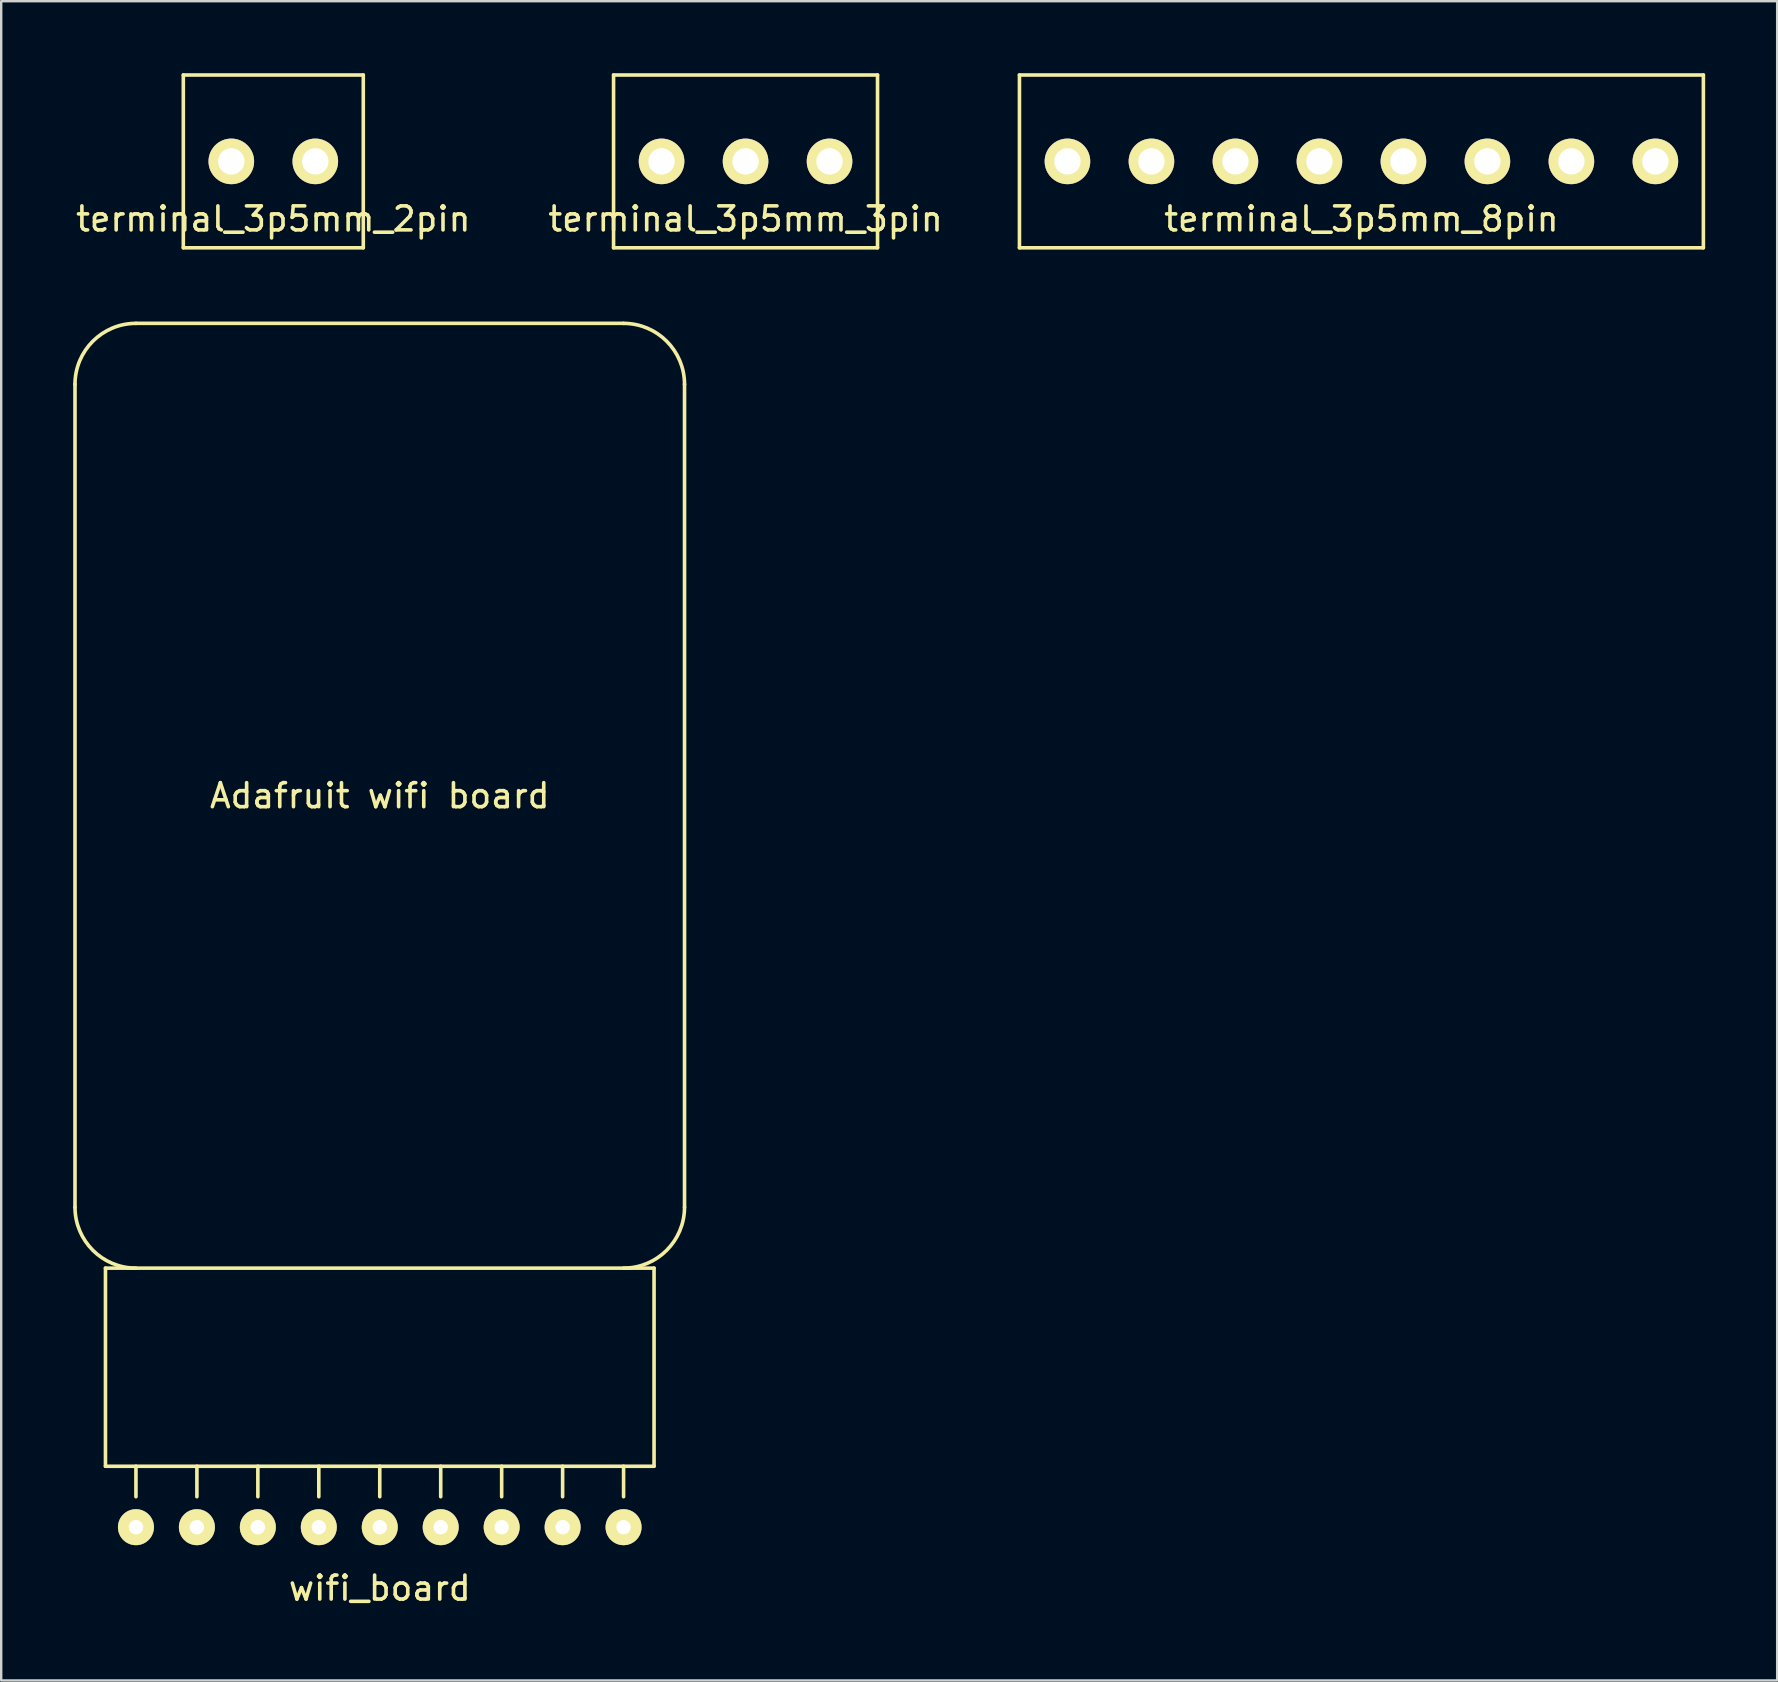
<source format=kicad_pcb>
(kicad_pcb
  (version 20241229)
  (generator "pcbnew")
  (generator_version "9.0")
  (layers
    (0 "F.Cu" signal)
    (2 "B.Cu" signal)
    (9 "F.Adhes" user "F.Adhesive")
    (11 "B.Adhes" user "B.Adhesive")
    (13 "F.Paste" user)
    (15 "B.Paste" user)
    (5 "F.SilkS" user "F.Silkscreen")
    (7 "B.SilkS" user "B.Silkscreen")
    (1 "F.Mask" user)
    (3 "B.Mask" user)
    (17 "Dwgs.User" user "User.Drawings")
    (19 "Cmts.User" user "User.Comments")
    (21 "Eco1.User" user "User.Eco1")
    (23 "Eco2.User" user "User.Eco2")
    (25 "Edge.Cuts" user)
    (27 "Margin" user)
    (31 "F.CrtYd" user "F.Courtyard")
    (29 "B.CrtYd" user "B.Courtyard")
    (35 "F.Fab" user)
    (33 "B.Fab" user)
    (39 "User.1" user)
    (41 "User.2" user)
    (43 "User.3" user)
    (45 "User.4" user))
  (footprint "wifi_board"
    (layer "F.Cu")
    (at 12.775 60.59)
    (property "Reference" "wifi_board" (at 0 2.54 0) (layer "F.SilkS") (effects (font (size 1 1) (thickness 0.15))))
    (attr through_hole)
    (fp_line (start -12.7 -13.335) (end -12.7 -47.625) (stroke (width 0.15) (type solid)) (layer "F.SilkS"))
    (fp_line (start -11.43 -2.54) (end -11.43 -10.795) (stroke (width 0.15) (type solid)) (layer "F.SilkS"))
    (fp_line (start -10.16 -50.165) (end 10.16 -50.165) (stroke (width 0.15) (type solid)) (layer "F.SilkS"))
    (fp_line (start -10.16 -2.54) (end -10.16 -1.27) (stroke (width 0.15) (type solid)) (layer "F.SilkS"))
    (fp_line (start -7.62 -2.54) (end -7.62 -1.27) (stroke (width 0.15) (type solid)) (layer "F.SilkS"))
    (fp_line (start -5.08 -2.54) (end -5.08 -1.27) (stroke (width 0.15) (type solid)) (layer "F.SilkS"))
    (fp_line (start -2.54 -2.54) (end -2.54 -1.27) (stroke (width 0.15) (type solid)) (layer "F.SilkS"))
    (fp_line (start 0 -2.54) (end 0 -1.27) (stroke (width 0.15) (type solid)) (layer "F.SilkS"))
    (fp_line (start 2.54 -2.54) (end 2.54 -1.27) (stroke (width 0.15) (type solid)) (layer "F.SilkS"))
    (fp_line (start 5.08 -2.54) (end 5.08 -1.27) (stroke (width 0.15) (type solid)) (layer "F.SilkS"))
    (fp_line (start 7.62 -2.54) (end 7.62 -1.27) (stroke (width 0.15) (type solid)) (layer "F.SilkS"))
    (fp_line (start 10.16 -2.54) (end 10.16 -1.27) (stroke (width 0.15) (type solid)) (layer "F.SilkS"))
    (fp_line (start 11.43 -10.795) (end -11.43 -10.795) (stroke (width 0.15) (type solid)) (layer "F.SilkS"))
    (fp_line (start 11.43 -2.54) (end -11.43 -2.54) (stroke (width 0.15) (type solid)) (layer "F.SilkS"))
    (fp_line (start 11.43 -2.54) (end 11.43 -10.795) (stroke (width 0.15) (type solid)) (layer "F.SilkS"))
    (fp_line (start 12.7 -47.625) (end 12.7 -13.335) (stroke (width 0.15) (type solid)) (layer "F.SilkS"))
    (fp_arc (start -12.7 -47.625) (mid -11.956051 -49.421051) (end -10.16 -50.165) (stroke (width 0.15) (type solid)) (layer "F.SilkS"))
    (fp_arc (start -10.16 -10.795) (mid -11.956051 -11.538949) (end -12.7 -13.335) (stroke (width 0.15) (type solid)) (layer "F.SilkS"))
    (fp_arc (start 10.16 -50.165) (mid 11.956051 -49.421051) (end 12.7 -47.625) (stroke (width 0.15) (type solid)) (layer "F.SilkS"))
    (fp_arc (start 12.7 -13.335) (mid 11.956051 -11.538949) (end 10.16 -10.795) (stroke (width 0.15) (type solid)) (layer "F.SilkS"))
    (fp_text user "Adafruit wifi board" (at 0 -30.48 0) (layer "F.SilkS") (effects (font (size 1 1) (thickness 0.15))))
    (pad "1" thru_hole circle (at -10.16 0) (size 1.5 1.5) (drill 0.6) (layers "*.Cu" "*.Mask" "F.SilkS"))
    (pad "2" thru_hole circle (at -7.62 0) (size 1.5 1.5) (drill 0.6) (layers "*.Cu" "*.Mask" "F.SilkS"))
    (pad "3" thru_hole circle (at -5.08 0) (size 1.5 1.5) (drill 0.6) (layers "*.Cu" "*.Mask" "F.SilkS"))
    (pad "4" thru_hole circle (at -2.54 0) (size 1.5 1.5) (drill 0.6) (layers "*.Cu" "*.Mask" "F.SilkS"))
    (pad "5" thru_hole circle (at 0 0) (size 1.5 1.5) (drill 0.6) (layers "*.Cu" "*.Mask" "F.SilkS"))
    (pad "6" thru_hole circle (at 2.54 0) (size 1.5 1.5) (drill 0.6) (layers "*.Cu" "*.Mask" "F.SilkS"))
    (pad "7" thru_hole circle (at 5.08 0) (size 1.5 1.5) (drill 0.6) (layers "*.Cu" "*.Mask" "F.SilkS"))
    (pad "8" thru_hole circle (at 7.62 0) (size 1.5 1.5) (drill 0.6) (layers "*.Cu" "*.Mask" "F.SilkS"))
    (pad "9" thru_hole circle (at 10.16 0) (size 1.5 1.5) (drill 0.6) (layers "*.Cu" "*.Mask" "F.SilkS")))
  (footprint "terminal_3p5mm_8pin"
    (layer "F.Cu")
    (at 53.682 3.675)
    (property "Reference" "terminal_3p5mm_8pin" (at 0 2.4 0) (layer "F.SilkS") (effects (font (size 1 1) (thickness 0.15))))
    (attr through_hole)
    (fp_line (start -14.25 -3.6) (end -14.25 3.6) (stroke (width 0.15) (type solid)) (layer "F.SilkS"))
    (fp_line (start -14.25 3.6) (end 14.25 3.6) (stroke (width 0.15) (type solid)) (layer "F.SilkS"))
    (fp_line (start 14.25 -3.6) (end -14.25 -3.6) (stroke (width 0.15) (type solid)) (layer "F.SilkS"))
    (fp_line (start 14.25 3.6) (end 14.25 -3.6) (stroke (width 0.15) (type solid)) (layer "F.SilkS"))
    (pad "1" thru_hole circle (at -12.25 0) (size 1.9 1.9) (drill 1.1) (layers "*.Cu" "*.Mask" "F.SilkS"))
    (pad "2" thru_hole circle (at -8.75 0) (size 1.9 1.9) (drill 1.1) (layers "*.Cu" "*.Mask" "F.SilkS"))
    (pad "3" thru_hole circle (at -5.25 0) (size 1.9 1.9) (drill 1.1) (layers "*.Cu" "*.Mask" "F.SilkS"))
    (pad "4" thru_hole circle (at -1.75 0) (size 1.9 1.9) (drill 1.1) (layers "*.Cu" "*.Mask" "F.SilkS"))
    (pad "5" thru_hole circle (at 1.75 0) (size 1.9 1.9) (drill 1.1) (layers "*.Cu" "*.Mask" "F.SilkS"))
    (pad "6" thru_hole circle (at 5.25 0) (size 1.9 1.9) (drill 1.1) (layers "*.Cu" "*.Mask" "F.SilkS"))
    (pad "7" thru_hole circle (at 8.75 0) (size 1.9 1.9) (drill 1.1) (layers "*.Cu" "*.Mask" "F.SilkS"))
    (pad "8" thru_hole circle (at 12.25 0) (size 1.9 1.9) (drill 1.1) (layers "*.Cu" "*.Mask" "F.SilkS")))
  (footprint "terminal_3p5mm_2pin"
    (layer "F.Cu")
    (at 8.339 3.675)
    (property "Reference" "terminal_3p5mm_2pin" (at 0 2.4 0) (layer "F.SilkS") (effects (font (size 1 1) (thickness 0.15))))
    (attr through_hole)
    (fp_line (start -3.75 -3.6) (end -3.75 3.6) (stroke (width 0.15) (type solid)) (layer "F.SilkS"))
    (fp_line (start -3.75 3.6) (end 3.75 3.6) (stroke (width 0.15) (type solid)) (layer "F.SilkS"))
    (fp_line (start 3.75 -3.6) (end -3.75 -3.6) (stroke (width 0.15) (type solid)) (layer "F.SilkS"))
    (fp_line (start 3.75 3.6) (end 3.75 -3.6) (stroke (width 0.15) (type solid)) (layer "F.SilkS"))
    (pad "1" thru_hole circle (at -1.75 0) (size 1.9 1.9) (drill 1.1) (layers "*.Cu" "*.Mask" "F.SilkS"))
    (pad "2" thru_hole circle (at 1.75 0) (size 1.9 1.9) (drill 1.1) (layers "*.Cu" "*.Mask" "F.SilkS")))
  (footprint "terminal_3p5mm_3pin"
    (layer "F.Cu")
    (at 28.018 3.675)
    (property "Reference" "terminal_3p5mm_3pin" (at 0 2.4 0) (layer "F.SilkS") (effects (font (size 1 1) (thickness 0.15))))
    (attr through_hole)
    (fp_line (start -5.5 -3.6) (end -5.5 3.6) (stroke (width 0.15) (type solid)) (layer "F.SilkS"))
    (fp_line (start -5.5 3.6) (end 5.5 3.6) (stroke (width 0.15) (type solid)) (layer "F.SilkS"))
    (fp_line (start 5.5 -3.6) (end -5.5 -3.6) (stroke (width 0.15) (type solid)) (layer "F.SilkS"))
    (fp_line (start 5.5 3.6) (end 5.5 -3.6) (stroke (width 0.15) (type solid)) (layer "F.SilkS"))
    (pad "1" thru_hole circle (at -3.5 0) (size 1.9 1.9) (drill 1.1) (layers "*.Cu" "*.Mask" "F.SilkS"))
    (pad "2" thru_hole circle (at 0 0) (size 1.9 1.9) (drill 1.1) (layers "*.Cu" "*.Mask" "F.SilkS"))
    (pad "3" thru_hole circle (at 3.5 0) (size 1.9 1.9) (drill 1.1) (layers "*.Cu" "*.Mask" "F.SilkS")))
  (gr_rect
    (start -3 -3)
    (end 71.007 66.978)
    (stroke (width 0.1) (type default))
    (fill no)
    (layer "Edge.Cuts")))
</source>
